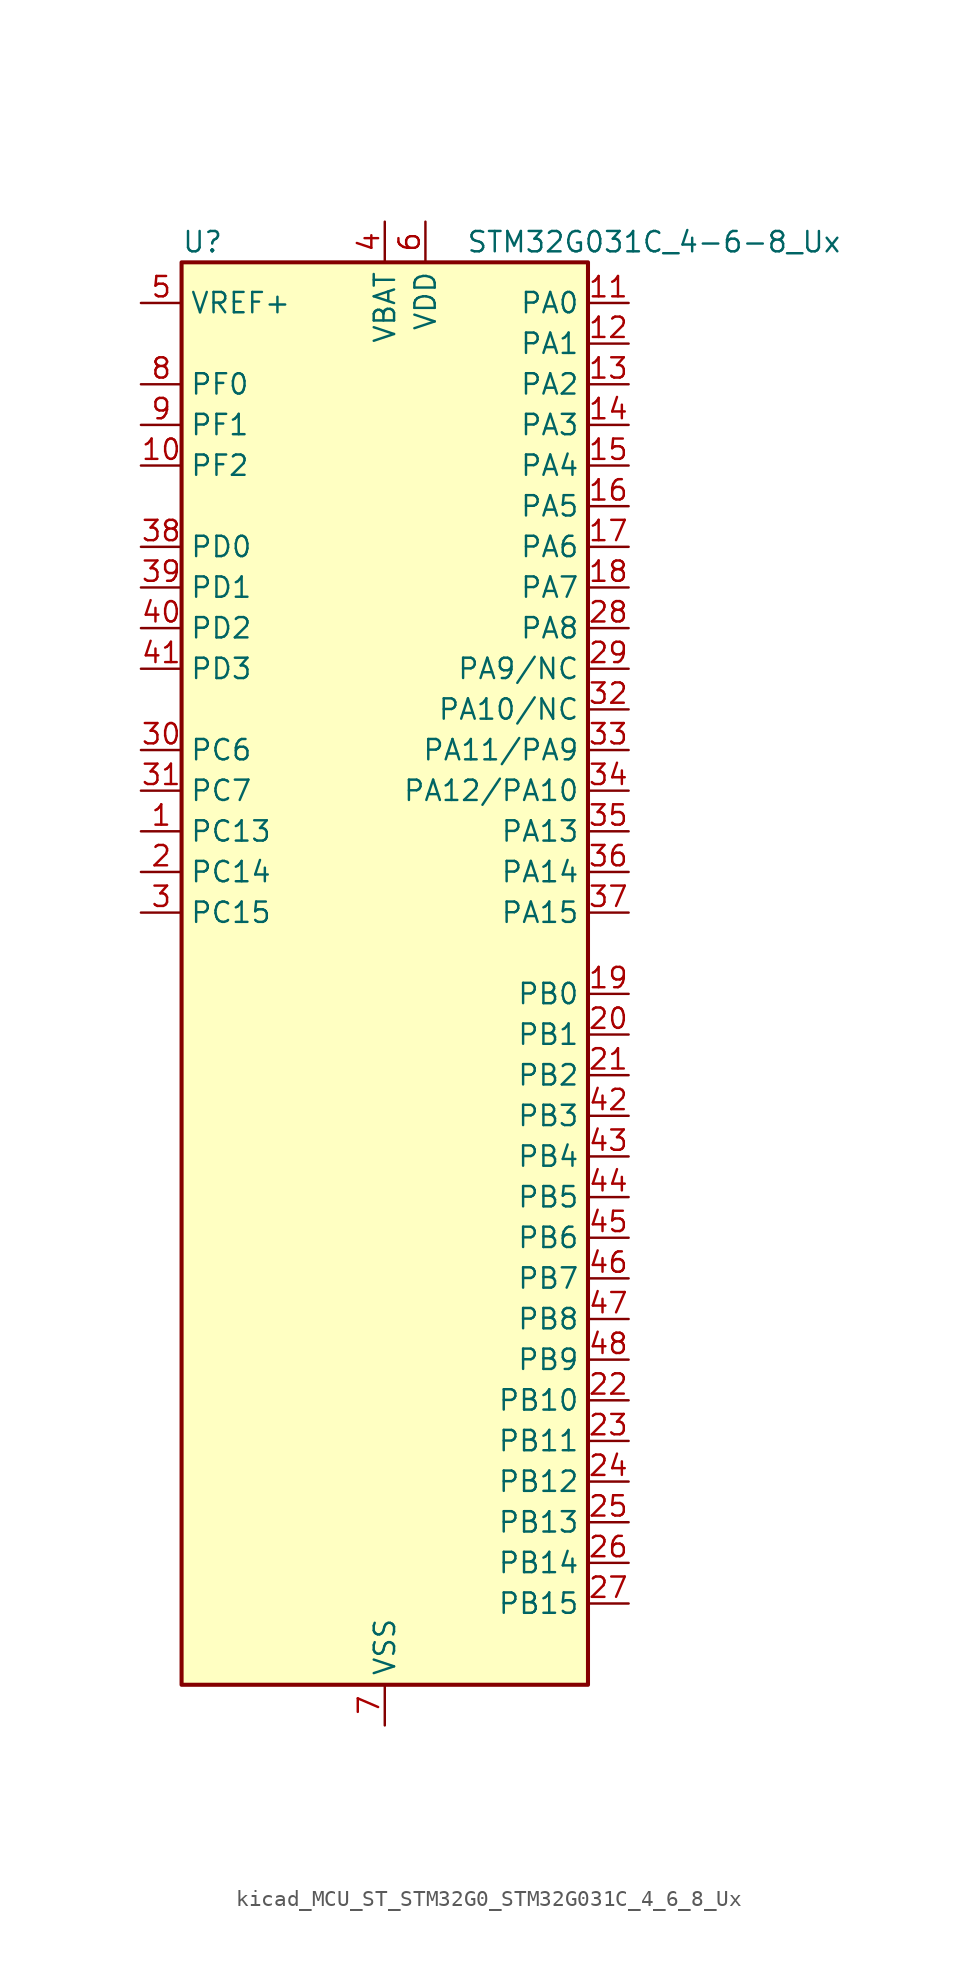
<source format=kicad_sym>
(kicad_symbol_lib
  (version 20220914)
  (generator kicad_symbol_editor)
  (symbol "kicad_MCU_ST_STM32G0_STM32G031C_4_6_8_Ux"
    (property "Reference" "U"
      (at -12.7 46.99 0)
      (effects (font (size 1.27 1.27)) (justify left)))
    (property "Value" "STM32G031C_4-6-8_Ux"
      (at 5.08 46.99 0)
      (effects (font (size 1.27 1.27)) (justify left)))
    (property "ki_locked" ""
      (at 0 0 0)
      (effects (font (size 1.27 1.27))))
    (symbol "kicad_MCU_ST_STM32G0_STM32G031C_4_6_8_Ux_0_1"
      (rectangle (start -12.7 -43.18) (end 12.7 45.72) (stroke (width 0.254) (type default)) (fill (type background))))
    (symbol "kicad_MCU_ST_STM32G0_STM32G031C_4_6_8_Ux_1_1"
      (pin bidirectional line (at -15.24 10.16 0) (length 2.54) (name "PC13" (effects (font (size 1.27 1.27)))) (number "1" (effects (font (size 1.27 1.27)))) (alternate "RTC_OUT_ALARM" bidirectional line) (alternate "RTC_OUT_CALIB" bidirectional line) (alternate "RTC_TAMP_IN1" bidirectional line) (alternate "RTC_TS" bidirectional line) (alternate "SYS_WKUP2" bidirectional line) (alternate "TIM1_BK" bidirectional line))
      (pin bidirectional line (at -15.24 33.02 0) (length 2.54) (name "PF2" (effects (font (size 1.27 1.27)))) (number "10" (effects (font (size 1.27 1.27)))) (alternate "RCC_MCO" bidirectional line))
      (pin bidirectional line (at 15.24 43.18 180) (length 2.54) (name "PA0" (effects (font (size 1.27 1.27)))) (number "11" (effects (font (size 1.27 1.27)))) (alternate "ADC1_IN0" bidirectional line) (alternate "LPTIM1_OUT" bidirectional line) (alternate "RTC_TAMP_IN2" bidirectional line) (alternate "SPI2_SCK" bidirectional line) (alternate "SYS_WKUP1" bidirectional line) (alternate "TIM2_CH1" bidirectional line) (alternate "TIM2_ETR" bidirectional line) (alternate "USART2_CTS" bidirectional line) (alternate "USART2_NSS" bidirectional line))
      (pin bidirectional line (at 15.24 40.64 180) (length 2.54) (name "PA1" (effects (font (size 1.27 1.27)))) (number "12" (effects (font (size 1.27 1.27)))) (alternate "ADC1_IN1" bidirectional line) (alternate "I2C1_SMBA" bidirectional line) (alternate "I2S1_CK" bidirectional line) (alternate "SPI1_SCK" bidirectional line) (alternate "TIM2_CH2" bidirectional line) (alternate "USART2_CK" bidirectional line) (alternate "USART2_DE" bidirectional line) (alternate "USART2_RTS" bidirectional line))
      (pin bidirectional line (at 15.24 38.1 180) (length 2.54) (name "PA2" (effects (font (size 1.27 1.27)))) (number "13" (effects (font (size 1.27 1.27)))) (alternate "ADC1_IN2" bidirectional line) (alternate "I2S1_SD" bidirectional line) (alternate "LPUART1_TX" bidirectional line) (alternate "RCC_LSCO" bidirectional line) (alternate "SPI1_MOSI" bidirectional line) (alternate "SYS_WKUP4" bidirectional line) (alternate "TIM2_CH3" bidirectional line) (alternate "USART2_TX" bidirectional line))
      (pin bidirectional line (at 15.24 35.56 180) (length 2.54) (name "PA3" (effects (font (size 1.27 1.27)))) (number "14" (effects (font (size 1.27 1.27)))) (alternate "ADC1_IN3" bidirectional line) (alternate "LPUART1_RX" bidirectional line) (alternate "SPI2_MISO" bidirectional line) (alternate "TIM2_CH4" bidirectional line) (alternate "USART2_RX" bidirectional line))
      (pin bidirectional line (at 15.24 33.02 180) (length 2.54) (name "PA4" (effects (font (size 1.27 1.27)))) (number "15" (effects (font (size 1.27 1.27)))) (alternate "ADC1_IN4" bidirectional line) (alternate "I2S1_WS" bidirectional line) (alternate "LPTIM2_OUT" bidirectional line) (alternate "RTC_OUT_ALARM" bidirectional line) (alternate "RTC_OUT_CALIB" bidirectional line) (alternate "SPI1_NSS" bidirectional line) (alternate "SPI2_MOSI" bidirectional line) (alternate "TIM14_CH1" bidirectional line))
      (pin bidirectional line (at 15.24 30.48 180) (length 2.54) (name "PA5" (effects (font (size 1.27 1.27)))) (number "16" (effects (font (size 1.27 1.27)))) (alternate "ADC1_IN5" bidirectional line) (alternate "I2S1_CK" bidirectional line) (alternate "LPTIM2_ETR" bidirectional line) (alternate "SPI1_SCK" bidirectional line) (alternate "TIM2_CH1" bidirectional line) (alternate "TIM2_ETR" bidirectional line))
      (pin bidirectional line (at 15.24 27.94 180) (length 2.54) (name "PA6" (effects (font (size 1.27 1.27)))) (number "17" (effects (font (size 1.27 1.27)))) (alternate "ADC1_IN6" bidirectional line) (alternate "I2S1_MCK" bidirectional line) (alternate "LPUART1_CTS" bidirectional line) (alternate "SPI1_MISO" bidirectional line) (alternate "TIM16_CH1" bidirectional line) (alternate "TIM1_BK" bidirectional line) (alternate "TIM3_CH1" bidirectional line))
      (pin bidirectional line (at 15.24 25.4 180) (length 2.54) (name "PA7" (effects (font (size 1.27 1.27)))) (number "18" (effects (font (size 1.27 1.27)))) (alternate "ADC1_IN7" bidirectional line) (alternate "I2S1_SD" bidirectional line) (alternate "SPI1_MOSI" bidirectional line) (alternate "TIM14_CH1" bidirectional line) (alternate "TIM17_CH1" bidirectional line) (alternate "TIM1_CH1N" bidirectional line) (alternate "TIM3_CH2" bidirectional line))
      (pin bidirectional line (at 15.24 0 180) (length 2.54) (name "PB0" (effects (font (size 1.27 1.27)))) (number "19" (effects (font (size 1.27 1.27)))) (alternate "ADC1_IN8" bidirectional line) (alternate "I2S1_WS" bidirectional line) (alternate "LPTIM1_OUT" bidirectional line) (alternate "SPI1_NSS" bidirectional line) (alternate "TIM1_CH2N" bidirectional line) (alternate "TIM3_CH3" bidirectional line))
      (pin bidirectional line (at -15.24 7.62 0) (length 2.54) (name "PC14" (effects (font (size 1.27 1.27)))) (number "2" (effects (font (size 1.27 1.27)))) (alternate "RCC_OSC32_IN" bidirectional line) (alternate "TIM1_BK2" bidirectional line))
      (pin bidirectional line (at 15.24 -2.54 180) (length 2.54) (name "PB1" (effects (font (size 1.27 1.27)))) (number "20" (effects (font (size 1.27 1.27)))) (alternate "ADC1_IN9" bidirectional line) (alternate "LPTIM2_IN1" bidirectional line) (alternate "LPUART1_DE" bidirectional line) (alternate "LPUART1_RTS" bidirectional line) (alternate "TIM14_CH1" bidirectional line) (alternate "TIM1_CH3N" bidirectional line) (alternate "TIM3_CH4" bidirectional line))
      (pin bidirectional line (at 15.24 -5.08 180) (length 2.54) (name "PB2" (effects (font (size 1.27 1.27)))) (number "21" (effects (font (size 1.27 1.27)))) (alternate "ADC1_IN10" bidirectional line) (alternate "LPTIM1_OUT" bidirectional line) (alternate "SPI2_MISO" bidirectional line))
      (pin bidirectional line (at 15.24 -25.4 180) (length 2.54) (name "PB10" (effects (font (size 1.27 1.27)))) (number "22" (effects (font (size 1.27 1.27)))) (alternate "ADC1_IN11" bidirectional line) (alternate "I2C2_SCL" bidirectional line) (alternate "LPUART1_RX" bidirectional line) (alternate "SPI2_SCK" bidirectional line) (alternate "TIM2_CH3" bidirectional line))
      (pin bidirectional line (at 15.24 -27.94 180) (length 2.54) (name "PB11" (effects (font (size 1.27 1.27)))) (number "23" (effects (font (size 1.27 1.27)))) (alternate "ADC1_EXTI11" bidirectional line) (alternate "ADC1_IN15" bidirectional line) (alternate "I2C2_SDA" bidirectional line) (alternate "LPUART1_TX" bidirectional line) (alternate "SPI2_MOSI" bidirectional line) (alternate "TIM2_CH4" bidirectional line))
      (pin bidirectional line (at 15.24 -30.48 180) (length 2.54) (name "PB12" (effects (font (size 1.27 1.27)))) (number "24" (effects (font (size 1.27 1.27)))) (alternate "ADC1_IN16" bidirectional line) (alternate "LPUART1_DE" bidirectional line) (alternate "LPUART1_RTS" bidirectional line) (alternate "SPI2_NSS" bidirectional line) (alternate "TIM1_BK" bidirectional line))
      (pin bidirectional line (at 15.24 -33.02 180) (length 2.54) (name "PB13" (effects (font (size 1.27 1.27)))) (number "25" (effects (font (size 1.27 1.27)))) (alternate "I2C2_SCL" bidirectional line) (alternate "LPUART1_CTS" bidirectional line) (alternate "SPI2_SCK" bidirectional line) (alternate "TIM1_CH1N" bidirectional line))
      (pin bidirectional line (at 15.24 -35.56 180) (length 2.54) (name "PB14" (effects (font (size 1.27 1.27)))) (number "26" (effects (font (size 1.27 1.27)))) (alternate "I2C2_SDA" bidirectional line) (alternate "SPI2_MISO" bidirectional line) (alternate "TIM1_CH2N" bidirectional line))
      (pin bidirectional line (at 15.24 -38.1 180) (length 2.54) (name "PB15" (effects (font (size 1.27 1.27)))) (number "27" (effects (font (size 1.27 1.27)))) (alternate "RTC_REFIN" bidirectional line) (alternate "SPI2_MOSI" bidirectional line) (alternate "TIM1_CH3N" bidirectional line))
      (pin bidirectional line (at 15.24 22.86 180) (length 2.54) (name "PA8" (effects (font (size 1.27 1.27)))) (number "28" (effects (font (size 1.27 1.27)))) (alternate "LPTIM2_OUT" bidirectional line) (alternate "RCC_MCO" bidirectional line) (alternate "SPI2_NSS" bidirectional line) (alternate "TIM1_CH1" bidirectional line))
      (pin bidirectional line (at 15.24 20.32 180) (length 2.54) (name "PA9/NC" (effects (font (size 1.27 1.27)))) (number "29" (effects (font (size 1.27 1.27)))) (alternate "I2C1_SCL" bidirectional line) (alternate "RCC_MCO" bidirectional line) (alternate "SPI2_MISO" bidirectional line) (alternate "TIM1_CH2" bidirectional line) (alternate "USART1_TX" bidirectional line))
      (pin bidirectional line (at -15.24 5.08 0) (length 2.54) (name "PC15" (effects (font (size 1.27 1.27)))) (number "3" (effects (font (size 1.27 1.27)))) (alternate "RCC_OSC32_EN" bidirectional line) (alternate "RCC_OSC32_OUT" bidirectional line) (alternate "RCC_OSC_EN" bidirectional line))
      (pin bidirectional line (at -15.24 15.24 0) (length 2.54) (name "PC6" (effects (font (size 1.27 1.27)))) (number "30" (effects (font (size 1.27 1.27)))) (alternate "TIM2_CH3" bidirectional line) (alternate "TIM3_CH1" bidirectional line))
      (pin bidirectional line (at -15.24 12.7 0) (length 2.54) (name "PC7" (effects (font (size 1.27 1.27)))) (number "31" (effects (font (size 1.27 1.27)))) (alternate "TIM2_CH4" bidirectional line) (alternate "TIM3_CH2" bidirectional line))
      (pin bidirectional line (at 15.24 17.78 180) (length 2.54) (name "PA10/NC" (effects (font (size 1.27 1.27)))) (number "32" (effects (font (size 1.27 1.27)))) (alternate "I2C1_SDA" bidirectional line) (alternate "SPI2_MOSI" bidirectional line) (alternate "TIM17_BK" bidirectional line) (alternate "TIM1_CH3" bidirectional line) (alternate "USART1_RX" bidirectional line))
      (pin bidirectional line (at 15.24 15.24 180) (length 2.54) (name "PA11/PA9" (effects (font (size 1.27 1.27)))) (number "33" (effects (font (size 1.27 1.27)))) (alternate "ADC1_EXTI11" bidirectional line) (alternate "I2C2_SCL" bidirectional line) (alternate "I2S1_MCK" bidirectional line) (alternate "SPI1_MISO" bidirectional line) (alternate "TIM1_BK2" bidirectional line) (alternate "TIM1_CH4" bidirectional line) (alternate "USART1_CTS" bidirectional line) (alternate "USART1_NSS" bidirectional line))
      (pin bidirectional line (at 15.24 12.7 180) (length 2.54) (name "PA12/PA10" (effects (font (size 1.27 1.27)))) (number "34" (effects (font (size 1.27 1.27)))) (alternate "I2C2_SDA" bidirectional line) (alternate "I2S1_SD" bidirectional line) (alternate "I2S_CKIN" bidirectional line) (alternate "SPI1_MOSI" bidirectional line) (alternate "TIM1_ETR" bidirectional line) (alternate "USART1_CK" bidirectional line) (alternate "USART1_DE" bidirectional line) (alternate "USART1_RTS" bidirectional line))
      (pin bidirectional line (at 15.24 10.16 180) (length 2.54) (name "PA13" (effects (font (size 1.27 1.27)))) (number "35" (effects (font (size 1.27 1.27)))) (alternate "ADC1_IN17" bidirectional line) (alternate "IR_OUT" bidirectional line) (alternate "SYS_SWDIO" bidirectional line))
      (pin bidirectional line (at 15.24 7.62 180) (length 2.54) (name "PA14" (effects (font (size 1.27 1.27)))) (number "36" (effects (font (size 1.27 1.27)))) (alternate "ADC1_IN18" bidirectional line) (alternate "SYS_SWCLK" bidirectional line) (alternate "USART2_TX" bidirectional line))
      (pin bidirectional line (at 15.24 5.08 180) (length 2.54) (name "PA15" (effects (font (size 1.27 1.27)))) (number "37" (effects (font (size 1.27 1.27)))) (alternate "I2S1_WS" bidirectional line) (alternate "SPI1_NSS" bidirectional line) (alternate "TIM2_CH1" bidirectional line) (alternate "TIM2_ETR" bidirectional line) (alternate "USART2_RX" bidirectional line))
      (pin bidirectional line (at -15.24 27.94 0) (length 2.54) (name "PD0" (effects (font (size 1.27 1.27)))) (number "38" (effects (font (size 1.27 1.27)))) (alternate "SPI2_NSS" bidirectional line) (alternate "TIM16_CH1" bidirectional line))
      (pin bidirectional line (at -15.24 25.4 0) (length 2.54) (name "PD1" (effects (font (size 1.27 1.27)))) (number "39" (effects (font (size 1.27 1.27)))) (alternate "SPI2_SCK" bidirectional line) (alternate "TIM17_CH1" bidirectional line))
      (pin power_in line (at 0 48.26 270) (length 2.54) (name "VBAT" (effects (font (size 1.27 1.27)))) (number "4" (effects (font (size 1.27 1.27)))))
      (pin bidirectional line (at -15.24 22.86 0) (length 2.54) (name "PD2" (effects (font (size 1.27 1.27)))) (number "40" (effects (font (size 1.27 1.27)))) (alternate "TIM1_CH1N" bidirectional line) (alternate "TIM3_ETR" bidirectional line))
      (pin bidirectional line (at -15.24 20.32 0) (length 2.54) (name "PD3" (effects (font (size 1.27 1.27)))) (number "41" (effects (font (size 1.27 1.27)))) (alternate "SPI2_MISO" bidirectional line) (alternate "TIM1_CH2N" bidirectional line) (alternate "USART2_CTS" bidirectional line) (alternate "USART2_NSS" bidirectional line))
      (pin bidirectional line (at 15.24 -7.62 180) (length 2.54) (name "PB3" (effects (font (size 1.27 1.27)))) (number "42" (effects (font (size 1.27 1.27)))) (alternate "I2S1_CK" bidirectional line) (alternate "SPI1_SCK" bidirectional line) (alternate "TIM1_CH2" bidirectional line) (alternate "TIM2_CH2" bidirectional line) (alternate "USART1_CK" bidirectional line) (alternate "USART1_DE" bidirectional line) (alternate "USART1_RTS" bidirectional line))
      (pin bidirectional line (at 15.24 -10.16 180) (length 2.54) (name "PB4" (effects (font (size 1.27 1.27)))) (number "43" (effects (font (size 1.27 1.27)))) (alternate "I2S1_MCK" bidirectional line) (alternate "SPI1_MISO" bidirectional line) (alternate "TIM17_BK" bidirectional line) (alternate "TIM3_CH1" bidirectional line) (alternate "USART1_CTS" bidirectional line) (alternate "USART1_NSS" bidirectional line))
      (pin bidirectional line (at 15.24 -12.7 180) (length 2.54) (name "PB5" (effects (font (size 1.27 1.27)))) (number "44" (effects (font (size 1.27 1.27)))) (alternate "I2C1_SMBA" bidirectional line) (alternate "I2S1_SD" bidirectional line) (alternate "LPTIM1_IN1" bidirectional line) (alternate "SPI1_MOSI" bidirectional line) (alternate "SYS_WKUP6" bidirectional line) (alternate "TIM16_BK" bidirectional line) (alternate "TIM3_CH2" bidirectional line))
      (pin bidirectional line (at 15.24 -15.24 180) (length 2.54) (name "PB6" (effects (font (size 1.27 1.27)))) (number "45" (effects (font (size 1.27 1.27)))) (alternate "I2C1_SCL" bidirectional line) (alternate "LPTIM1_ETR" bidirectional line) (alternate "SPI2_MISO" bidirectional line) (alternate "TIM16_CH1N" bidirectional line) (alternate "TIM1_CH3" bidirectional line) (alternate "USART1_TX" bidirectional line))
      (pin bidirectional line (at 15.24 -17.78 180) (length 2.54) (name "PB7" (effects (font (size 1.27 1.27)))) (number "46" (effects (font (size 1.27 1.27)))) (alternate "I2C1_SDA" bidirectional line) (alternate "LPTIM1_IN2" bidirectional line) (alternate "SPI2_MOSI" bidirectional line) (alternate "SYS_PVD_IN" bidirectional line) (alternate "TIM17_CH1N" bidirectional line) (alternate "USART1_RX" bidirectional line))
      (pin bidirectional line (at 15.24 -20.32 180) (length 2.54) (name "PB8" (effects (font (size 1.27 1.27)))) (number "47" (effects (font (size 1.27 1.27)))) (alternate "I2C1_SCL" bidirectional line) (alternate "SPI2_SCK" bidirectional line) (alternate "TIM16_CH1" bidirectional line))
      (pin bidirectional line (at 15.24 -22.86 180) (length 2.54) (name "PB9" (effects (font (size 1.27 1.27)))) (number "48" (effects (font (size 1.27 1.27)))) (alternate "I2C1_SDA" bidirectional line) (alternate "IR_OUT" bidirectional line) (alternate "SPI2_NSS" bidirectional line) (alternate "TIM17_CH1" bidirectional line))
      (pin passive line (at 0 -45.72 90) (length 2.54) hide (name "VSS" (effects (font (size 1.27 1.27)))) (number "49" (effects (font (size 1.27 1.27)))))
      (pin input line (at -15.24 43.18 0) (length 2.54) (name "VREF+" (effects (font (size 1.27 1.27)))) (number "5" (effects (font (size 1.27 1.27)))) (alternate "VREFBUF_OUT" bidirectional line))
      (pin power_in line (at 2.54 48.26 270) (length 2.54) (name "VDD" (effects (font (size 1.27 1.27)))) (number "6" (effects (font (size 1.27 1.27)))))
      (pin power_in line (at 0 -45.72 90) (length 2.54) (name "VSS" (effects (font (size 1.27 1.27)))) (number "7" (effects (font (size 1.27 1.27)))))
      (pin bidirectional line (at -15.24 38.1 0) (length 2.54) (name "PF0" (effects (font (size 1.27 1.27)))) (number "8" (effects (font (size 1.27 1.27)))) (alternate "RCC_OSC_IN" bidirectional line) (alternate "TIM14_CH1" bidirectional line))
      (pin bidirectional line (at -15.24 35.56 0) (length 2.54) (name "PF1" (effects (font (size 1.27 1.27)))) (number "9" (effects (font (size 1.27 1.27)))) (alternate "RCC_OSC_EN" bidirectional line) (alternate "RCC_OSC_OUT" bidirectional line)))))
</source>
